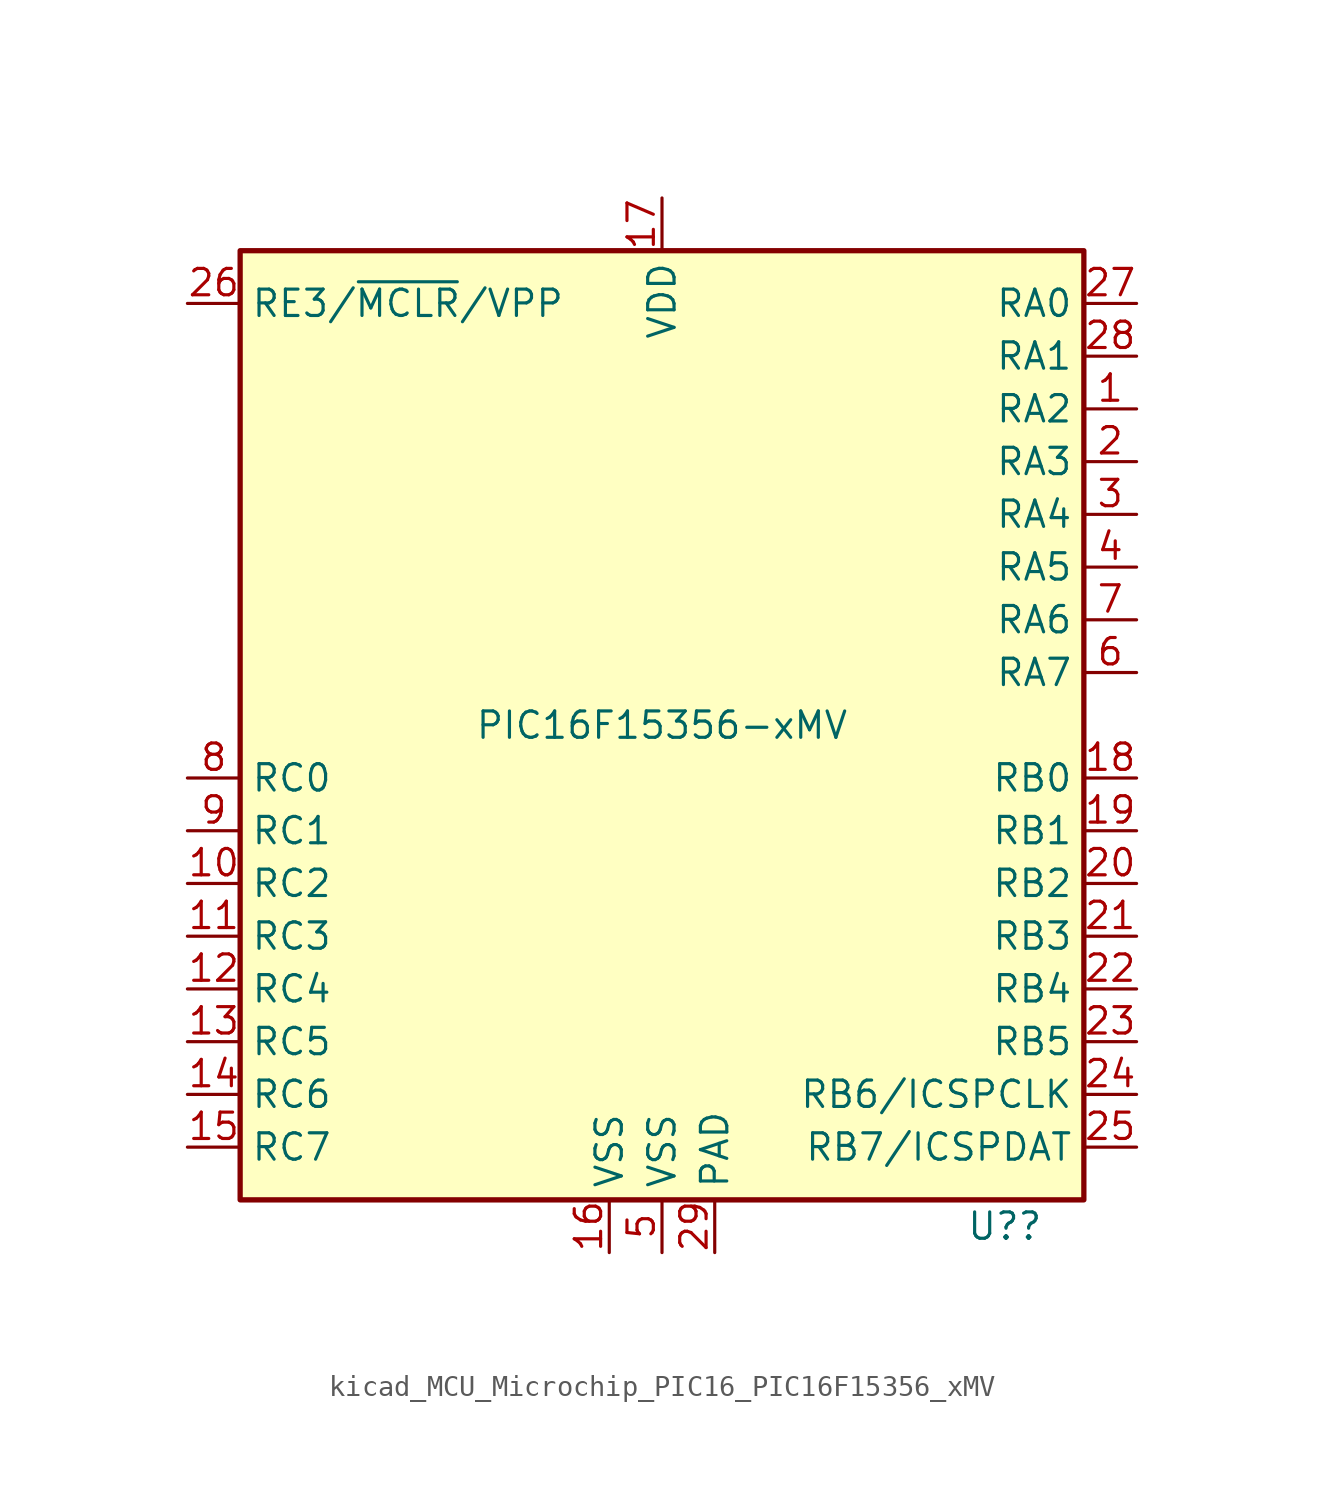
<source format=kicad_sym>
(kicad_symbol_lib
  (version 20220914)
  (generator kicad_symbol_editor)
  (symbol "kicad_MCU_Microchip_PIC16_PIC16F15356_xMV"
    (property "Reference" "U?"
      (at 16.51 -24.13 0)
      (effects (font (size 1.27 1.27))))
    (property "Value" "PIC16F15356-xMV"
      (at 0 0 0)
      (effects (font (size 1.27 1.27))))
    (symbol "kicad_MCU_Microchip_PIC16_PIC16F15356_xMV_0_0"
      (pin power_in line (at 2.54 -25.4 90) (length 2.54) (name "PAD" (effects (font (size 1.27 1.27)))) (number "29" (effects (font (size 1.27 1.27))))))
    (symbol "kicad_MCU_Microchip_PIC16_PIC16F15356_xMV_0_1"
      (rectangle (start -20.32 -22.86) (end 20.32 22.86) (stroke (width 0.254) (type default)) (fill (type background))))
    (symbol "kicad_MCU_Microchip_PIC16_PIC16F15356_xMV_1_1"
      (pin bidirectional line (at 22.86 15.24 180) (length 2.54) (name "RA2" (effects (font (size 1.27 1.27)))) (number "1" (effects (font (size 1.27 1.27)))))
      (pin bidirectional line (at -22.86 -7.62 0) (length 2.54) (name "RC2" (effects (font (size 1.27 1.27)))) (number "10" (effects (font (size 1.27 1.27)))))
      (pin bidirectional line (at -22.86 -10.16 0) (length 2.54) (name "RC3" (effects (font (size 1.27 1.27)))) (number "11" (effects (font (size 1.27 1.27)))))
      (pin bidirectional line (at -22.86 -12.7 0) (length 2.54) (name "RC4" (effects (font (size 1.27 1.27)))) (number "12" (effects (font (size 1.27 1.27)))))
      (pin bidirectional line (at -22.86 -15.24 0) (length 2.54) (name "RC5" (effects (font (size 1.27 1.27)))) (number "13" (effects (font (size 1.27 1.27)))))
      (pin bidirectional line (at -22.86 -17.78 0) (length 2.54) (name "RC6" (effects (font (size 1.27 1.27)))) (number "14" (effects (font (size 1.27 1.27)))))
      (pin bidirectional line (at -22.86 -20.32 0) (length 2.54) (name "RC7" (effects (font (size 1.27 1.27)))) (number "15" (effects (font (size 1.27 1.27)))))
      (pin power_in line (at -2.54 -25.4 90) (length 2.54) (name "VSS" (effects (font (size 1.27 1.27)))) (number "16" (effects (font (size 1.27 1.27)))))
      (pin power_in line (at 0 25.4 270) (length 2.54) (name "VDD" (effects (font (size 1.27 1.27)))) (number "17" (effects (font (size 1.27 1.27)))))
      (pin bidirectional line (at 22.86 -2.54 180) (length 2.54) (name "RB0" (effects (font (size 1.27 1.27)))) (number "18" (effects (font (size 1.27 1.27)))))
      (pin bidirectional line (at 22.86 -5.08 180) (length 2.54) (name "RB1" (effects (font (size 1.27 1.27)))) (number "19" (effects (font (size 1.27 1.27)))))
      (pin bidirectional line (at 22.86 12.7 180) (length 2.54) (name "RA3" (effects (font (size 1.27 1.27)))) (number "2" (effects (font (size 1.27 1.27)))))
      (pin bidirectional line (at 22.86 -7.62 180) (length 2.54) (name "RB2" (effects (font (size 1.27 1.27)))) (number "20" (effects (font (size 1.27 1.27)))))
      (pin bidirectional line (at 22.86 -10.16 180) (length 2.54) (name "RB3" (effects (font (size 1.27 1.27)))) (number "21" (effects (font (size 1.27 1.27)))))
      (pin bidirectional line (at 22.86 -12.7 180) (length 2.54) (name "RB4" (effects (font (size 1.27 1.27)))) (number "22" (effects (font (size 1.27 1.27)))))
      (pin bidirectional line (at 22.86 -15.24 180) (length 2.54) (name "RB5" (effects (font (size 1.27 1.27)))) (number "23" (effects (font (size 1.27 1.27)))))
      (pin bidirectional line (at 22.86 -17.78 180) (length 2.54) (name "RB6/ICSPCLK" (effects (font (size 1.27 1.27)))) (number "24" (effects (font (size 1.27 1.27)))))
      (pin bidirectional line (at 22.86 -20.32 180) (length 2.54) (name "RB7/ICSPDAT" (effects (font (size 1.27 1.27)))) (number "25" (effects (font (size 1.27 1.27)))))
      (pin bidirectional line (at -22.86 20.32 0) (length 2.54) (name "RE3/~{MCLR}/VPP" (effects (font (size 1.27 1.27)))) (number "26" (effects (font (size 1.27 1.27)))))
      (pin bidirectional line (at 22.86 20.32 180) (length 2.54) (name "RA0" (effects (font (size 1.27 1.27)))) (number "27" (effects (font (size 1.27 1.27)))))
      (pin bidirectional line (at 22.86 17.78 180) (length 2.54) (name "RA1" (effects (font (size 1.27 1.27)))) (number "28" (effects (font (size 1.27 1.27)))))
      (pin bidirectional line (at 22.86 10.16 180) (length 2.54) (name "RA4" (effects (font (size 1.27 1.27)))) (number "3" (effects (font (size 1.27 1.27)))))
      (pin bidirectional line (at 22.86 7.62 180) (length 2.54) (name "RA5" (effects (font (size 1.27 1.27)))) (number "4" (effects (font (size 1.27 1.27)))))
      (pin power_in line (at 0 -25.4 90) (length 2.54) (name "VSS" (effects (font (size 1.27 1.27)))) (number "5" (effects (font (size 1.27 1.27)))))
      (pin bidirectional line (at 22.86 2.54 180) (length 2.54) (name "RA7" (effects (font (size 1.27 1.27)))) (number "6" (effects (font (size 1.27 1.27)))))
      (pin bidirectional line (at 22.86 5.08 180) (length 2.54) (name "RA6" (effects (font (size 1.27 1.27)))) (number "7" (effects (font (size 1.27 1.27)))))
      (pin bidirectional line (at -22.86 -2.54 0) (length 2.54) (name "RC0" (effects (font (size 1.27 1.27)))) (number "8" (effects (font (size 1.27 1.27)))))
      (pin bidirectional line (at -22.86 -5.08 0) (length 2.54) (name "RC1" (effects (font (size 1.27 1.27)))) (number "9" (effects (font (size 1.27 1.27))))))))
</source>
